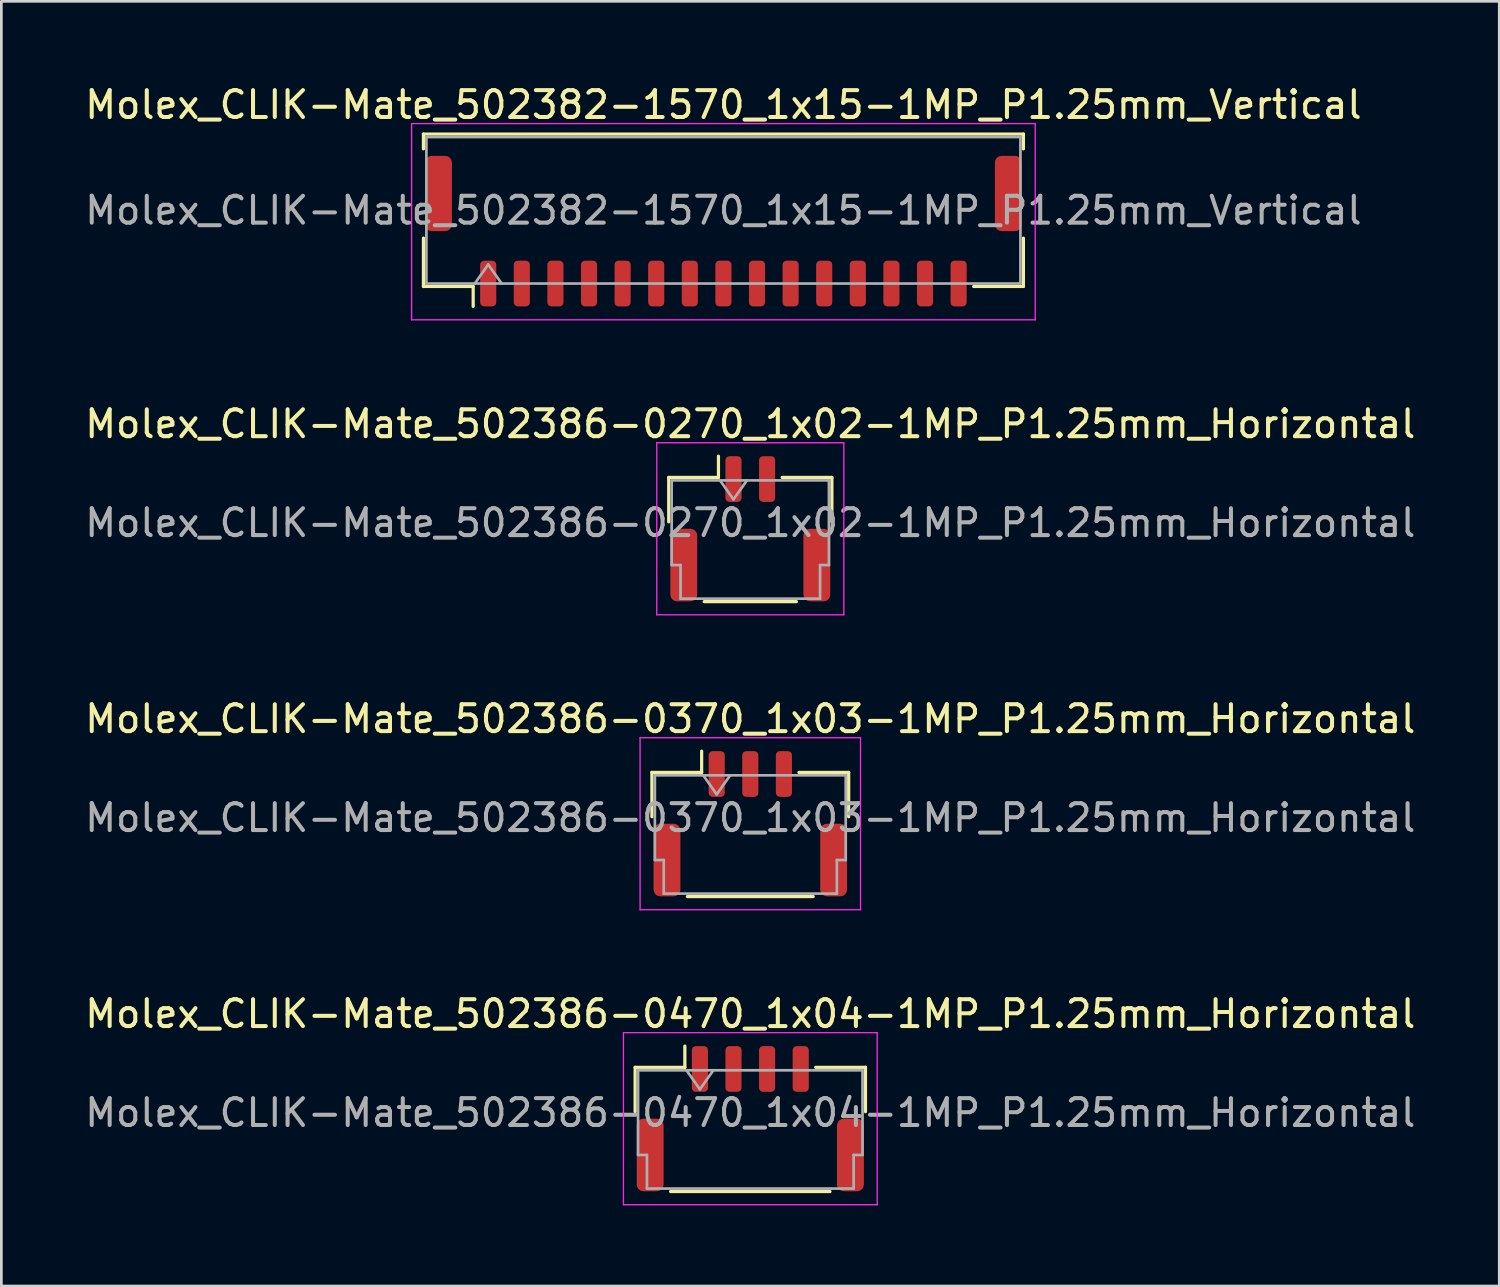
<source format=kicad_pcb>
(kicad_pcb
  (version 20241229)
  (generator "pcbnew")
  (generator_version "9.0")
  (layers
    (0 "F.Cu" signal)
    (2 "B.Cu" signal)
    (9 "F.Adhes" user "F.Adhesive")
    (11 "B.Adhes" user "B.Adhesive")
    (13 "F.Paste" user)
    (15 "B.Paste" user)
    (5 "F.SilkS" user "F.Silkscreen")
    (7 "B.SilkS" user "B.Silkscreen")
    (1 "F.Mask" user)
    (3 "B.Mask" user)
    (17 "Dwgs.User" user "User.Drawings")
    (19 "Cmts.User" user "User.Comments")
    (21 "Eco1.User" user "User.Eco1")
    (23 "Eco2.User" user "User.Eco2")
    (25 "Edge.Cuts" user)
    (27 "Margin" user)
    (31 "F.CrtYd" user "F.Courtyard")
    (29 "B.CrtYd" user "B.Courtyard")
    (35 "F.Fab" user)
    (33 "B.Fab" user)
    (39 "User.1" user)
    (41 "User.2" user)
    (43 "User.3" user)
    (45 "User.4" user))
  (footprint "Molex_CLIK-Mate_502386-0270_1x02-1MP_P1.25mm_Horizontal"
    (layer "F.Cu")
    (at 24.863 16.622)
    (property "Reference" "Molex_CLIK-Mate_502386-0270_1x02-1MP_P1.25mm_Horizontal" (at 0 -3.9 0) (layer "F.SilkS") (effects (font (size 1 1) (thickness 0.15))))
    (attr smd)
    (fp_line (start -3.035 -1.91) (end -1.185 -1.91) (stroke (width 0.12) (type solid)) (layer "F.SilkS"))
    (fp_line (start -3.035 -0.26) (end -3.035 -1.91) (stroke (width 0.12) (type solid)) (layer "F.SilkS"))
    (fp_line (start -1.715 2.71) (end 1.715 2.71) (stroke (width 0.12) (type solid)) (layer "F.SilkS"))
    (fp_line (start -1.185 -1.91) (end -1.185 -2.7) (stroke (width 0.12) (type solid)) (layer "F.SilkS"))
    (fp_line (start 3.035 -1.91) (end 1.185 -1.91) (stroke (width 0.12) (type solid)) (layer "F.SilkS"))
    (fp_line (start 3.035 -0.26) (end 3.035 -1.91) (stroke (width 0.12) (type solid)) (layer "F.SilkS"))
    (fp_line (start -3.48 -3.2) (end -3.48 3.2) (stroke (width 0.05) (type solid)) (layer "F.CrtYd"))
    (fp_line (start -3.48 3.2) (end 3.48 3.2) (stroke (width 0.05) (type solid)) (layer "F.CrtYd"))
    (fp_line (start 3.48 -3.2) (end -3.48 -3.2) (stroke (width 0.05) (type solid)) (layer "F.CrtYd"))
    (fp_line (start 3.48 3.2) (end 3.48 -3.2) (stroke (width 0.05) (type solid)) (layer "F.CrtYd"))
    (fp_line (start -2.925 -1.8) (end -2.925 1.35) (stroke (width 0.1) (type solid)) (layer "F.Fab"))
    (fp_line (start -2.925 -1.8) (end 2.925 -1.8) (stroke (width 0.1) (type solid)) (layer "F.Fab"))
    (fp_line (start -2.925 1.35) (end -2.595 1.35) (stroke (width 0.1) (type solid)) (layer "F.Fab"))
    (fp_line (start -2.595 1.35) (end -2.595 2.6) (stroke (width 0.1) (type solid)) (layer "F.Fab"))
    (fp_line (start -2.595 2.6) (end 2.595 2.6) (stroke (width 0.1) (type solid)) (layer "F.Fab"))
    (fp_line (start -1.125 -1.8) (end -0.625 -1.093) (stroke (width 0.1) (type solid)) (layer "F.Fab"))
    (fp_line (start -0.625 -1.093) (end -0.125 -1.8) (stroke (width 0.1) (type solid)) (layer "F.Fab"))
    (fp_line (start 2.595 1.35) (end 2.925 1.35) (stroke (width 0.1) (type solid)) (layer "F.Fab"))
    (fp_line (start 2.595 2.6) (end 2.595 1.35) (stroke (width 0.1) (type solid)) (layer "F.Fab"))
    (fp_line (start 2.925 -1.8) (end 2.925 1.35) (stroke (width 0.1) (type solid)) (layer "F.Fab"))
    (fp_text user "${REFERENCE}" (at 0 -0.22 0) (layer "F.Fab") (effects (font (size 1 1) (thickness 0.15))))
    (pad "1" smd roundrect (at -0.625 -1.85) (size 0.6 1.7) (layers "F.Cu" "F.Mask" "F.Paste") (roundrect_rratio 0.25))
    (pad "2" smd roundrect (at 0.625 -1.85) (size 0.6 1.7) (layers "F.Cu" "F.Mask" "F.Paste") (roundrect_rratio 0.25))
    (pad "MP" smd roundrect (at -2.475 1.35) (size 1 2.7) (layers "F.Cu" "F.Mask" "F.Paste") (roundrect_rratio 0.25))
    (pad "MP" smd roundrect (at 2.475 1.35) (size 1 2.7) (layers "F.Cu" "F.Mask" "F.Paste") (roundrect_rratio 0.25)))
  (footprint "Molex_CLIK-Mate_502382-1570_1x15-1MP_P1.25mm_Vertical"
    (layer "F.Cu")
    (at 23.863 5.548)
    (property "Reference" "Molex_CLIK-Mate_502382-1570_1x15-1MP_P1.25mm_Vertical" (at 0 -4.7 0) (layer "F.SilkS") (effects (font (size 1 1) (thickness 0.15))))
    (attr smd)
    (fp_line (start -11.16 -3.61) (end 11.16 -3.61) (stroke (width 0.12) (type solid)) (layer "F.SilkS"))
    (fp_line (start -11.16 -3.06) (end -11.16 -3.61) (stroke (width 0.12) (type solid)) (layer "F.SilkS"))
    (fp_line (start -11.16 0.26) (end -11.16 2.06) (stroke (width 0.12) (type solid)) (layer "F.SilkS"))
    (fp_line (start -11.16 2.06) (end -9.31 2.06) (stroke (width 0.12) (type solid)) (layer "F.SilkS"))
    (fp_line (start -9.31 2.06) (end -9.31 2.8) (stroke (width 0.12) (type solid)) (layer "F.SilkS"))
    (fp_line (start 11.16 -3.61) (end 11.16 -3.06) (stroke (width 0.12) (type solid)) (layer "F.SilkS"))
    (fp_line (start 11.16 0.26) (end 11.16 2.06) (stroke (width 0.12) (type solid)) (layer "F.SilkS"))
    (fp_line (start 11.16 2.06) (end 9.31 2.06) (stroke (width 0.12) (type solid)) (layer "F.SilkS"))
    (fp_line (start -11.6 -4) (end -11.6 3.3) (stroke (width 0.05) (type solid)) (layer "F.CrtYd"))
    (fp_line (start -11.6 3.3) (end 11.6 3.3) (stroke (width 0.05) (type solid)) (layer "F.CrtYd"))
    (fp_line (start 11.6 -4) (end -11.6 -4) (stroke (width 0.05) (type solid)) (layer "F.CrtYd"))
    (fp_line (start 11.6 3.3) (end 11.6 -4) (stroke (width 0.05) (type solid)) (layer "F.CrtYd"))
    (fp_line (start -11.05 -3.5) (end 11.05 -3.5) (stroke (width 0.1) (type solid)) (layer "F.Fab"))
    (fp_line (start -11.05 1.95) (end -11.05 -3.5) (stroke (width 0.1) (type solid)) (layer "F.Fab"))
    (fp_line (start -11.05 1.95) (end 11.05 1.95) (stroke (width 0.1) (type solid)) (layer "F.Fab"))
    (fp_line (start -9.25 1.95) (end -8.75 1.243) (stroke (width 0.1) (type solid)) (layer "F.Fab"))
    (fp_line (start -8.75 1.243) (end -8.25 1.95) (stroke (width 0.1) (type solid)) (layer "F.Fab"))
    (fp_line (start 11.05 1.95) (end 11.05 -3.5) (stroke (width 0.1) (type solid)) (layer "F.Fab"))
    (fp_text user "${REFERENCE}" (at 0 -0.77 0) (layer "F.Fab") (effects (font (size 1 1) (thickness 0.15))))
    (pad "1" smd roundrect (at -8.75 1.95) (size 0.6 1.7) (layers "F.Cu" "F.Mask" "F.Paste") (roundrect_rratio 0.25))
    (pad "2" smd roundrect (at -7.5 1.95) (size 0.6 1.7) (layers "F.Cu" "F.Mask" "F.Paste") (roundrect_rratio 0.25))
    (pad "3" smd roundrect (at -6.25 1.95) (size 0.6 1.7) (layers "F.Cu" "F.Mask" "F.Paste") (roundrect_rratio 0.25))
    (pad "4" smd roundrect (at -5 1.95) (size 0.6 1.7) (layers "F.Cu" "F.Mask" "F.Paste") (roundrect_rratio 0.25))
    (pad "5" smd roundrect (at -3.75 1.95) (size 0.6 1.7) (layers "F.Cu" "F.Mask" "F.Paste") (roundrect_rratio 0.25))
    (pad "6" smd roundrect (at -2.5 1.95) (size 0.6 1.7) (layers "F.Cu" "F.Mask" "F.Paste") (roundrect_rratio 0.25))
    (pad "7" smd roundrect (at -1.25 1.95) (size 0.6 1.7) (layers "F.Cu" "F.Mask" "F.Paste") (roundrect_rratio 0.25))
    (pad "8" smd roundrect (at 0 1.95) (size 0.6 1.7) (layers "F.Cu" "F.Mask" "F.Paste") (roundrect_rratio 0.25))
    (pad "9" smd roundrect (at 1.25 1.95) (size 0.6 1.7) (layers "F.Cu" "F.Mask" "F.Paste") (roundrect_rratio 0.25))
    (pad "10" smd roundrect (at 2.5 1.95) (size 0.6 1.7) (layers "F.Cu" "F.Mask" "F.Paste") (roundrect_rratio 0.25))
    (pad "11" smd roundrect (at 3.75 1.95) (size 0.6 1.7) (layers "F.Cu" "F.Mask" "F.Paste") (roundrect_rratio 0.25))
    (pad "12" smd roundrect (at 5 1.95) (size 0.6 1.7) (layers "F.Cu" "F.Mask" "F.Paste") (roundrect_rratio 0.25))
    (pad "13" smd roundrect (at 6.25 1.95) (size 0.6 1.7) (layers "F.Cu" "F.Mask" "F.Paste") (roundrect_rratio 0.25))
    (pad "14" smd roundrect (at 7.5 1.95) (size 0.6 1.7) (layers "F.Cu" "F.Mask" "F.Paste") (roundrect_rratio 0.25))
    (pad "15" smd roundrect (at 8.75 1.95) (size 0.6 1.7) (layers "F.Cu" "F.Mask" "F.Paste") (roundrect_rratio 0.25))
    (pad "MP" smd roundrect (at -10.6 -1.4) (size 1 2.8) (layers "F.Cu" "F.Mask" "F.Paste") (roundrect_rratio 0.25))
    (pad "MP" smd roundrect (at 10.6 -1.4) (size 1 2.8) (layers "F.Cu" "F.Mask" "F.Paste") (roundrect_rratio 0.25)))
  (footprint "Molex_CLIK-Mate_502386-0470_1x04-1MP_P1.25mm_Horizontal"
    (layer "F.Cu")
    (at 24.863 38.568)
    (property "Reference" "Molex_CLIK-Mate_502386-0470_1x04-1MP_P1.25mm_Horizontal" (at 0 -3.9 0) (layer "F.SilkS") (effects (font (size 1 1) (thickness 0.15))))
    (attr smd)
    (fp_line (start -4.285 -1.91) (end -2.435 -1.91) (stroke (width 0.12) (type solid)) (layer "F.SilkS"))
    (fp_line (start -4.285 -0.26) (end -4.285 -1.91) (stroke (width 0.12) (type solid)) (layer "F.SilkS"))
    (fp_line (start -2.965 2.71) (end 2.965 2.71) (stroke (width 0.12) (type solid)) (layer "F.SilkS"))
    (fp_line (start -2.435 -1.91) (end -2.435 -2.7) (stroke (width 0.12) (type solid)) (layer "F.SilkS"))
    (fp_line (start 4.285 -1.91) (end 2.435 -1.91) (stroke (width 0.12) (type solid)) (layer "F.SilkS"))
    (fp_line (start 4.285 -0.26) (end 4.285 -1.91) (stroke (width 0.12) (type solid)) (layer "F.SilkS"))
    (fp_line (start -4.72 -3.2) (end -4.72 3.2) (stroke (width 0.05) (type solid)) (layer "F.CrtYd"))
    (fp_line (start -4.72 3.2) (end 4.72 3.2) (stroke (width 0.05) (type solid)) (layer "F.CrtYd"))
    (fp_line (start 4.72 -3.2) (end -4.72 -3.2) (stroke (width 0.05) (type solid)) (layer "F.CrtYd"))
    (fp_line (start 4.72 3.2) (end 4.72 -3.2) (stroke (width 0.05) (type solid)) (layer "F.CrtYd"))
    (fp_line (start -4.175 -1.8) (end -4.175 1.35) (stroke (width 0.1) (type solid)) (layer "F.Fab"))
    (fp_line (start -4.175 -1.8) (end 4.175 -1.8) (stroke (width 0.1) (type solid)) (layer "F.Fab"))
    (fp_line (start -4.175 1.35) (end -3.845 1.35) (stroke (width 0.1) (type solid)) (layer "F.Fab"))
    (fp_line (start -3.845 1.35) (end -3.845 2.6) (stroke (width 0.1) (type solid)) (layer "F.Fab"))
    (fp_line (start -3.845 2.6) (end 3.845 2.6) (stroke (width 0.1) (type solid)) (layer "F.Fab"))
    (fp_line (start -2.375 -1.8) (end -1.875 -1.093) (stroke (width 0.1) (type solid)) (layer "F.Fab"))
    (fp_line (start -1.875 -1.093) (end -1.375 -1.8) (stroke (width 0.1) (type solid)) (layer "F.Fab"))
    (fp_line (start 3.845 1.35) (end 4.175 1.35) (stroke (width 0.1) (type solid)) (layer "F.Fab"))
    (fp_line (start 3.845 2.6) (end 3.845 1.35) (stroke (width 0.1) (type solid)) (layer "F.Fab"))
    (fp_line (start 4.175 -1.8) (end 4.175 1.35) (stroke (width 0.1) (type solid)) (layer "F.Fab"))
    (fp_text user "${REFERENCE}" (at 0 -0.22 0) (layer "F.Fab") (effects (font (size 1 1) (thickness 0.15))))
    (pad "1" smd roundrect (at -1.875 -1.85) (size 0.6 1.7) (layers "F.Cu" "F.Mask" "F.Paste") (roundrect_rratio 0.25))
    (pad "2" smd roundrect (at -0.625 -1.85) (size 0.6 1.7) (layers "F.Cu" "F.Mask" "F.Paste") (roundrect_rratio 0.25))
    (pad "3" smd roundrect (at 0.625 -1.85) (size 0.6 1.7) (layers "F.Cu" "F.Mask" "F.Paste") (roundrect_rratio 0.25))
    (pad "4" smd roundrect (at 1.875 -1.85) (size 0.6 1.7) (layers "F.Cu" "F.Mask" "F.Paste") (roundrect_rratio 0.25))
    (pad "MP" smd roundrect (at -3.725 1.35) (size 1 2.7) (layers "F.Cu" "F.Mask" "F.Paste") (roundrect_rratio 0.25))
    (pad "MP" smd roundrect (at 3.725 1.35) (size 1 2.7) (layers "F.Cu" "F.Mask" "F.Paste") (roundrect_rratio 0.25)))
  (footprint "Molex_CLIK-Mate_502386-0370_1x03-1MP_P1.25mm_Horizontal"
    (layer "F.Cu")
    (at 24.863 27.595)
    (property "Reference" "Molex_CLIK-Mate_502386-0370_1x03-1MP_P1.25mm_Horizontal" (at 0 -3.9 0) (layer "F.SilkS") (effects (font (size 1 1) (thickness 0.15))))
    (attr smd)
    (fp_line (start -3.66 -1.91) (end -1.81 -1.91) (stroke (width 0.12) (type solid)) (layer "F.SilkS"))
    (fp_line (start -3.66 -0.26) (end -3.66 -1.91) (stroke (width 0.12) (type solid)) (layer "F.SilkS"))
    (fp_line (start -2.34 2.71) (end 2.34 2.71) (stroke (width 0.12) (type solid)) (layer "F.SilkS"))
    (fp_line (start -1.81 -1.91) (end -1.81 -2.7) (stroke (width 0.12) (type solid)) (layer "F.SilkS"))
    (fp_line (start 3.66 -1.91) (end 1.81 -1.91) (stroke (width 0.12) (type solid)) (layer "F.SilkS"))
    (fp_line (start 3.66 -0.26) (end 3.66 -1.91) (stroke (width 0.12) (type solid)) (layer "F.SilkS"))
    (fp_line (start -4.1 -3.2) (end -4.1 3.2) (stroke (width 0.05) (type solid)) (layer "F.CrtYd"))
    (fp_line (start -4.1 3.2) (end 4.1 3.2) (stroke (width 0.05) (type solid)) (layer "F.CrtYd"))
    (fp_line (start 4.1 -3.2) (end -4.1 -3.2) (stroke (width 0.05) (type solid)) (layer "F.CrtYd"))
    (fp_line (start 4.1 3.2) (end 4.1 -3.2) (stroke (width 0.05) (type solid)) (layer "F.CrtYd"))
    (fp_line (start -3.55 -1.8) (end -3.55 1.35) (stroke (width 0.1) (type solid)) (layer "F.Fab"))
    (fp_line (start -3.55 -1.8) (end 3.55 -1.8) (stroke (width 0.1) (type solid)) (layer "F.Fab"))
    (fp_line (start -3.55 1.35) (end -3.22 1.35) (stroke (width 0.1) (type solid)) (layer "F.Fab"))
    (fp_line (start -3.22 1.35) (end -3.22 2.6) (stroke (width 0.1) (type solid)) (layer "F.Fab"))
    (fp_line (start -3.22 2.6) (end 3.22 2.6) (stroke (width 0.1) (type solid)) (layer "F.Fab"))
    (fp_line (start -1.75 -1.8) (end -1.25 -1.093) (stroke (width 0.1) (type solid)) (layer "F.Fab"))
    (fp_line (start -1.25 -1.093) (end -0.75 -1.8) (stroke (width 0.1) (type solid)) (layer "F.Fab"))
    (fp_line (start 3.22 1.35) (end 3.55 1.35) (stroke (width 0.1) (type solid)) (layer "F.Fab"))
    (fp_line (start 3.22 2.6) (end 3.22 1.35) (stroke (width 0.1) (type solid)) (layer "F.Fab"))
    (fp_line (start 3.55 -1.8) (end 3.55 1.35) (stroke (width 0.1) (type solid)) (layer "F.Fab"))
    (fp_text user "${REFERENCE}" (at 0 -0.22 0) (layer "F.Fab") (effects (font (size 1 1) (thickness 0.15))))
    (pad "1" smd roundrect (at -1.25 -1.85) (size 0.6 1.7) (layers "F.Cu" "F.Mask" "F.Paste") (roundrect_rratio 0.25))
    (pad "2" smd roundrect (at 0 -1.85) (size 0.6 1.7) (layers "F.Cu" "F.Mask" "F.Paste") (roundrect_rratio 0.25))
    (pad "3" smd roundrect (at 1.25 -1.85) (size 0.6 1.7) (layers "F.Cu" "F.Mask" "F.Paste") (roundrect_rratio 0.25))
    (pad "MP" smd roundrect (at -3.1 1.35) (size 1 2.7) (layers "F.Cu" "F.Mask" "F.Paste") (roundrect_rratio 0.25))
    (pad "MP" smd roundrect (at 3.1 1.35) (size 1 2.7) (layers "F.Cu" "F.Mask" "F.Paste") (roundrect_rratio 0.25)))
  (gr_rect
    (start -3 -3)
    (end 52.726 44.793)
    (stroke (width 0.1) (type default))
    (fill no)
    (layer "Edge.Cuts")))
</source>
